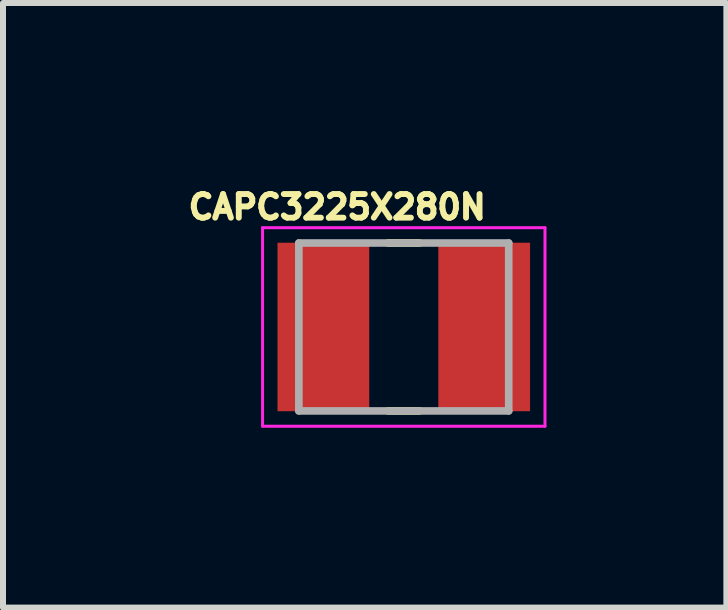
<source format=kicad_pcb>
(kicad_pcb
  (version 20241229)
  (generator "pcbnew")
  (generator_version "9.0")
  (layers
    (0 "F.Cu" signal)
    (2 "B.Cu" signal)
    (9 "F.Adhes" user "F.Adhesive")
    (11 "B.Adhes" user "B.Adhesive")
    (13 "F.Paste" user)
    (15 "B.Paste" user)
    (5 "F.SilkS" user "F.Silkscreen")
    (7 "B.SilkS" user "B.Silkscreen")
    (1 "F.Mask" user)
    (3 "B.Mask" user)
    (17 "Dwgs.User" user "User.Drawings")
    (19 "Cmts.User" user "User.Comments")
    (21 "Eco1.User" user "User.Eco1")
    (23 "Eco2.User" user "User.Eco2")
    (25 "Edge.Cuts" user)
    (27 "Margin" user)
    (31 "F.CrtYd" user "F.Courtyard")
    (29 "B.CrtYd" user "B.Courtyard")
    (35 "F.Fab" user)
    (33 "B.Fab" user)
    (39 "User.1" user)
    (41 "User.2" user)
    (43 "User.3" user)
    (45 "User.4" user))
  (footprint "CAPC3225X280N"
    (layer "F.Cu")
    (at 3.684 2.403)
    (property "Reference" "CAPC3225X280N" (at -1.11 -2 0) (layer "F.SilkS") (effects (font (size 0.394 0.394) (thickness 0.15))))
    (attr smd)
    (fp_line (start -0.26 -1.4) (end 0.26 -1.4) (stroke (width 0.127) (type solid)) (layer "F.SilkS"))
    (fp_line (start -0.26 1.4) (end 0.26 1.4) (stroke (width 0.127) (type solid)) (layer "F.SilkS"))
    (fp_line (start -2.355 -1.655) (end 2.355 -1.655) (stroke (width 0.05) (type solid)) (layer "F.CrtYd"))
    (fp_line (start -2.355 1.655) (end -2.355 -1.655) (stroke (width 0.05) (type solid)) (layer "F.CrtYd"))
    (fp_line (start -2.355 1.655) (end 2.355 1.655) (stroke (width 0.05) (type solid)) (layer "F.CrtYd"))
    (fp_line (start 2.355 1.655) (end 2.355 -1.655) (stroke (width 0.05) (type solid)) (layer "F.CrtYd"))
    (fp_line (start -1.75 1.4) (end -1.75 -1.4) (stroke (width 0.127) (type solid)) (layer "F.Fab"))
    (fp_line (start 1.75 -1.4) (end -1.75 -1.4) (stroke (width 0.127) (type solid)) (layer "F.Fab"))
    (fp_line (start 1.75 1.4) (end -1.75 1.4) (stroke (width 0.127) (type solid)) (layer "F.Fab"))
    (fp_line (start 1.75 1.4) (end 1.75 -1.4) (stroke (width 0.127) (type solid)) (layer "F.Fab"))
    (pad "1" smd rect (at -1.341 0) (size 1.53 2.81) (layers "F.Cu" "F.Mask" "F.Paste"))
    (pad "2" smd rect (at 1.341 0) (size 1.53 2.81) (layers "F.Cu" "F.Mask" "F.Paste")))
  (gr_rect
    (start -3 -3)
    (end 9.064 7.083)
    (stroke (width 0.1) (type default))
    (fill no)
    (layer "Edge.Cuts")))
</source>
